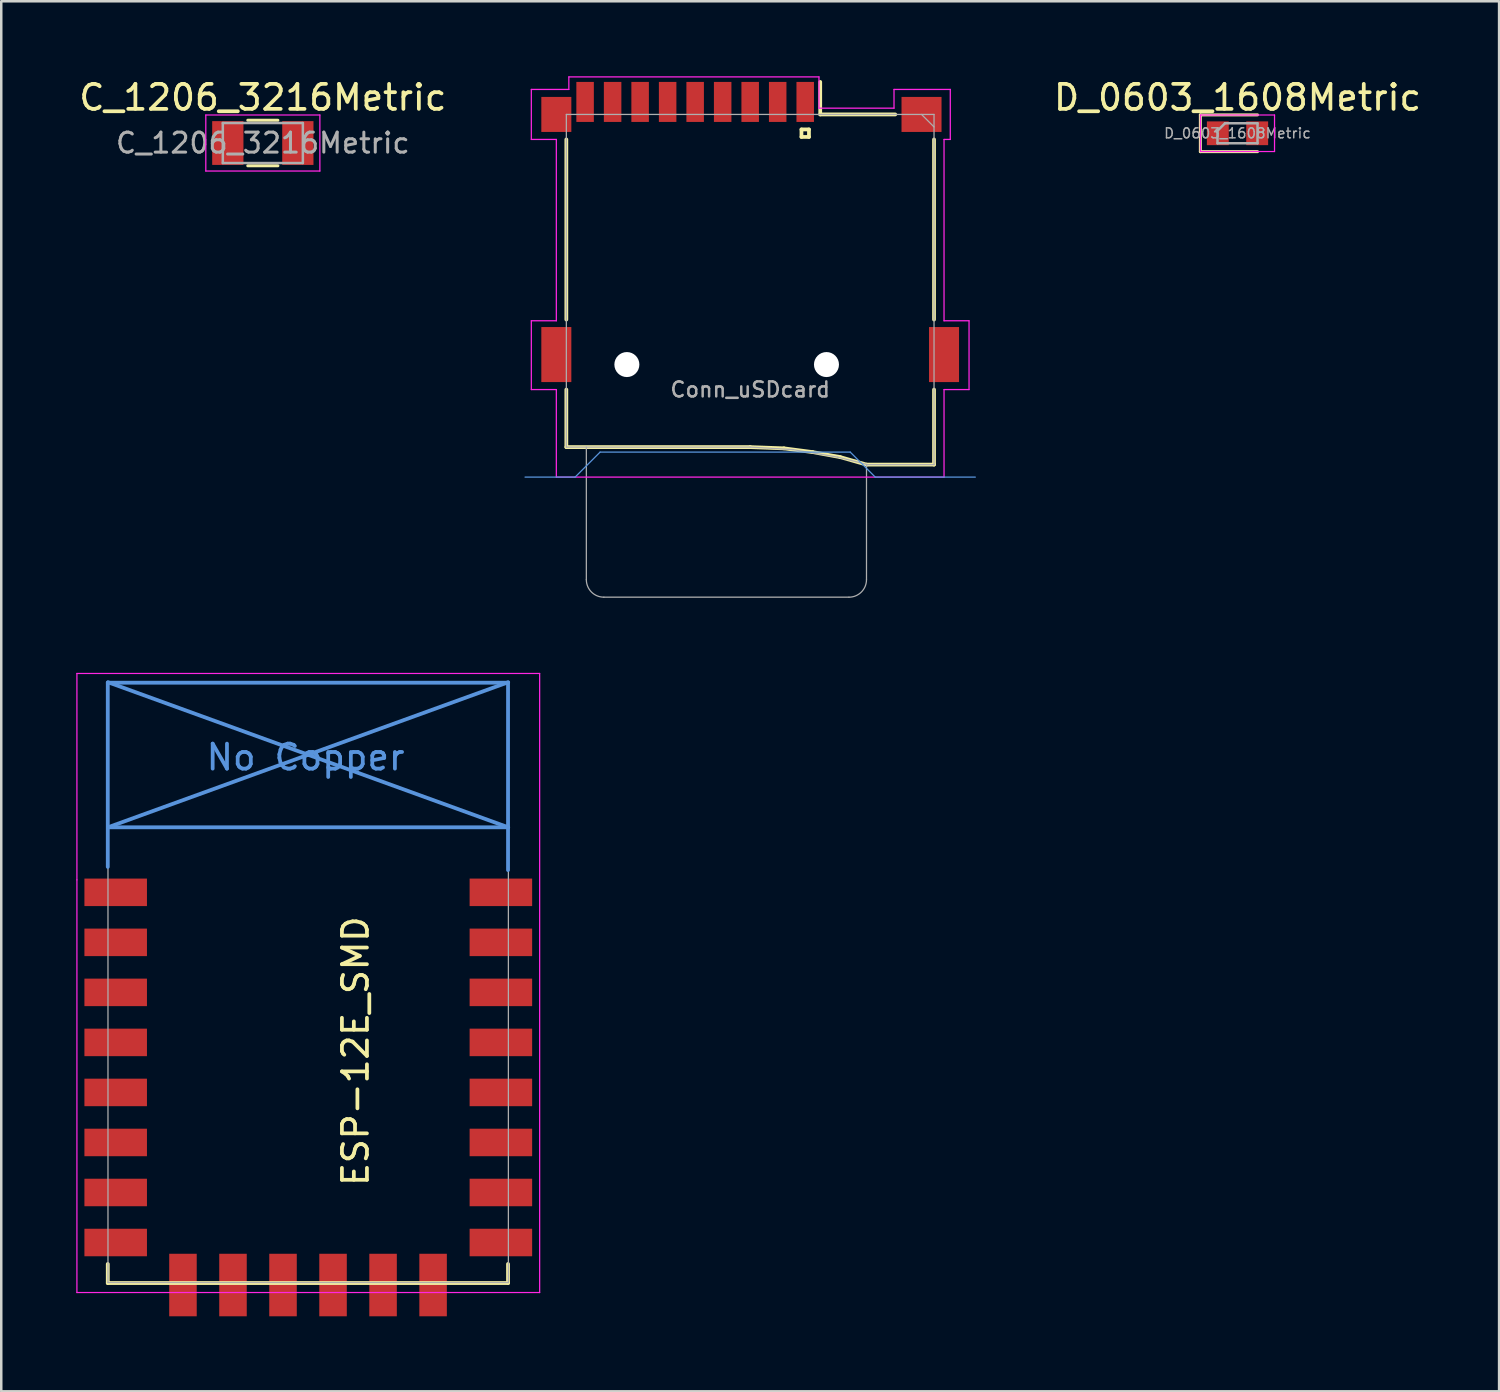
<source format=kicad_pcb>
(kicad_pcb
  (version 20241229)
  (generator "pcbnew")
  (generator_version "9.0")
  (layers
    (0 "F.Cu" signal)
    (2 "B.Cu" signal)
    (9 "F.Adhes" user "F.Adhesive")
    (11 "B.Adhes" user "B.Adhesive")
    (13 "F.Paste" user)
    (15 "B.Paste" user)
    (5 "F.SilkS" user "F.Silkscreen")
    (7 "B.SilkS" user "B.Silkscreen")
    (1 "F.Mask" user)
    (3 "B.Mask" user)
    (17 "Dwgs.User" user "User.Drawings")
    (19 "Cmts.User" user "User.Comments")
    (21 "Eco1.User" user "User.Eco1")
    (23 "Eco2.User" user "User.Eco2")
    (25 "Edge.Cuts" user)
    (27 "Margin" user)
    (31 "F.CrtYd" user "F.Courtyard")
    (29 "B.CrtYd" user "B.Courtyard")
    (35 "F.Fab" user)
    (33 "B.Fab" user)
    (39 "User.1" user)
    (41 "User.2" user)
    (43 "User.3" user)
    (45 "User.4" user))
  (footprint "ESP-12E_SMD"
    (layer "F.Cu")
    (at 2.275 32.625)
    (property "Reference" "ESP-12E_SMD" (at 8.89 6.35 90) (layer "F.SilkS") (effects (font (size 1 1) (thickness 0.15))))
    (attr through_hole)
    (fp_line (start -1.016 14.859) (end -1.016 15.621) (stroke (width 0.152) (type solid)) (layer "F.SilkS"))
    (fp_line (start -1.016 15.621) (end 14.986 15.621) (stroke (width 0.152) (type solid)) (layer "F.SilkS"))
    (fp_line (start 14.986 15.621) (end 14.986 14.859) (stroke (width 0.152) (type solid)) (layer "F.SilkS"))
    (fp_line (start -1.016 -8.382) (end -1.016 -1.016) (stroke (width 0.152) (type solid)) (layer "Cmts.User"))
    (fp_line (start -1.016 -8.382) (end 14.986 -8.382) (stroke (width 0.152) (type solid)) (layer "Cmts.User"))
    (fp_line (start -1.008 -8.4) (end 14.992 -2.6) (stroke (width 0.152) (type solid)) (layer "Cmts.User"))
    (fp_line (start -1.008 -2.6) (end 14.992 -2.6) (stroke (width 0.152) (type solid)) (layer "Cmts.User"))
    (fp_line (start 14.986 -8.382) (end 14.986 -0.889) (stroke (width 0.152) (type solid)) (layer "Cmts.User"))
    (fp_line (start 14.992 -8.4) (end -1.008 -2.6) (stroke (width 0.152) (type solid)) (layer "Cmts.User"))
    (fp_line (start -2.25 -8.75) (end 16.25 -8.75) (stroke (width 0.05) (type solid)) (layer "F.CrtYd"))
    (fp_line (start -2.25 -0.5) (end -2.25 -8.75) (stroke (width 0.05) (type solid)) (layer "F.CrtYd"))
    (fp_line (start -2.25 16) (end -2.25 -0.5) (stroke (width 0.05) (type solid)) (layer "F.CrtYd"))
    (fp_line (start 16.25 -8.75) (end 16.25 16) (stroke (width 0.05) (type solid)) (layer "F.CrtYd"))
    (fp_line (start 16.25 16) (end -2.25 16) (stroke (width 0.05) (type solid)) (layer "F.CrtYd"))
    (fp_line (start -1.008 -8.4) (end 14.992 -8.4) (stroke (width 0.05) (type solid)) (layer "F.Fab"))
    (fp_line (start -1.008 15.6) (end -1.008 -8.4) (stroke (width 0.05) (type solid)) (layer "F.Fab"))
    (fp_line (start 14.992 15.6) (end -1.008 15.6) (stroke (width 0.05) (type solid)) (layer "F.Fab"))
    (fp_line (start 15 -8.4) (end 15 15.6) (stroke (width 0.05) (type solid)) (layer "F.Fab"))
    (fp_text user "No Copper" (at 6.892 -5.4 0) (layer "Cmts.User") (effects (font (size 1 1) (thickness 0.15))))
    (pad "1" smd rect (at 0 0) (size 2.5 1.1) (drill (offset -0.7 0)) (layers "F.Cu" "F.Mask" "F.Paste"))
    (pad "2" smd rect (at 0 2) (size 2.5 1.1) (drill (offset -0.7 0)) (layers "F.Cu" "F.Mask" "F.Paste"))
    (pad "3" smd rect (at 0 4) (size 2.5 1.1) (drill (offset -0.7 0)) (layers "F.Cu" "F.Mask" "F.Paste"))
    (pad "4" smd rect (at 0 6) (size 2.5 1.1) (drill (offset -0.7 0)) (layers "F.Cu" "F.Mask" "F.Paste"))
    (pad "5" smd rect (at 0 8) (size 2.5 1.1) (drill (offset -0.7 0)) (layers "F.Cu" "F.Mask" "F.Paste"))
    (pad "6" smd rect (at 0 10) (size 2.5 1.1) (drill (offset -0.7 0)) (layers "F.Cu" "F.Mask" "F.Paste"))
    (pad "7" smd rect (at 0 12) (size 2.5 1.1) (drill (offset -0.7 0)) (layers "F.Cu" "F.Mask" "F.Paste"))
    (pad "8" smd rect (at 0 14) (size 2.5 1.1) (drill (offset -0.7 0)) (layers "F.Cu" "F.Mask" "F.Paste"))
    (pad "9" smd rect (at 14 14) (size 2.5 1.1) (drill (offset 0.7 0)) (layers "F.Cu" "F.Mask" "F.Paste"))
    (pad "10" smd rect (at 14 12) (size 2.5 1.1) (drill (offset 0.7 0)) (layers "F.Cu" "F.Mask" "F.Paste"))
    (pad "11" smd rect (at 14 10) (size 2.5 1.1) (drill (offset 0.7 0)) (layers "F.Cu" "F.Mask" "F.Paste"))
    (pad "12" smd rect (at 14 8) (size 2.5 1.1) (drill (offset 0.7 0)) (layers "F.Cu" "F.Mask" "F.Paste"))
    (pad "13" smd rect (at 14 6) (size 2.5 1.1) (drill (offset 0.7 0)) (layers "F.Cu" "F.Mask" "F.Paste"))
    (pad "14" smd rect (at 14 4) (size 2.5 1.1) (drill (offset 0.7 0)) (layers "F.Cu" "F.Mask" "F.Paste"))
    (pad "15" smd rect (at 14 2) (size 2.5 1.1) (drill (offset 0.7 0)) (layers "F.Cu" "F.Mask" "F.Paste"))
    (pad "16" smd rect (at 14 0) (size 2.5 1.1) (drill (offset 0.7 0)) (layers "F.Cu" "F.Mask" "F.Paste"))
    (pad "17" smd rect (at 1.99 15 90) (size 2.5 1.1) (drill (offset -0.7 0)) (layers "F.Cu" "F.Mask" "F.Paste"))
    (pad "18" smd rect (at 3.99 15 90) (size 2.5 1.1) (drill (offset -0.7 0)) (layers "F.Cu" "F.Mask" "F.Paste"))
    (pad "19" smd rect (at 5.99 15 90) (size 2.5 1.1) (drill (offset -0.7 0)) (layers "F.Cu" "F.Mask" "F.Paste"))
    (pad "20" smd rect (at 7.99 15 90) (size 2.5 1.1) (drill (offset -0.7 0)) (layers "F.Cu" "F.Mask" "F.Paste"))
    (pad "21" smd rect (at 9.99 15 90) (size 2.5 1.1) (drill (offset -0.7 0)) (layers "F.Cu" "F.Mask" "F.Paste"))
    (pad "22" smd rect (at 11.99 15 90) (size 2.5 1.1) (drill (offset -0.7 0)) (layers "F.Cu" "F.Mask" "F.Paste")))
  (footprint "C_1206_3216Metric"
    (layer "F.Cu")
    (at 7.458 2.668)
    (property "Reference" "C_1206_3216Metric" (at 0 -1.82 0) (layer "F.SilkS") (effects (font (size 1 1) (thickness 0.15))))
    (attr smd)
    (fp_line (start -0.602 -0.91) (end 0.602 -0.91) (stroke (width 0.12) (type solid)) (layer "F.SilkS"))
    (fp_line (start -0.602 0.91) (end 0.602 0.91) (stroke (width 0.12) (type solid)) (layer "F.SilkS"))
    (fp_line (start -2.28 -1.12) (end 2.28 -1.12) (stroke (width 0.05) (type solid)) (layer "F.CrtYd"))
    (fp_line (start -2.28 1.12) (end -2.28 -1.12) (stroke (width 0.05) (type solid)) (layer "F.CrtYd"))
    (fp_line (start 2.28 -1.12) (end 2.28 1.12) (stroke (width 0.05) (type solid)) (layer "F.CrtYd"))
    (fp_line (start 2.28 1.12) (end -2.28 1.12) (stroke (width 0.05) (type solid)) (layer "F.CrtYd"))
    (fp_line (start -1.6 -0.8) (end 1.6 -0.8) (stroke (width 0.1) (type solid)) (layer "F.Fab"))
    (fp_line (start -1.6 0.8) (end -1.6 -0.8) (stroke (width 0.1) (type solid)) (layer "F.Fab"))
    (fp_line (start 1.6 -0.8) (end 1.6 0.8) (stroke (width 0.1) (type solid)) (layer "F.Fab"))
    (fp_line (start 1.6 0.8) (end -1.6 0.8) (stroke (width 0.1) (type solid)) (layer "F.Fab"))
    (fp_text user "${REFERENCE}" (at 0 0 0) (layer "F.Fab") (effects (font (size 0.8 0.8) (thickness 0.12))))
    (pad "1" smd rect (at -1.4 0) (size 1.25 1.75) (layers "F.Cu" "F.Mask" "F.Paste"))
    (pad "2" smd rect (at 1.4 0) (size 1.25 1.75) (layers "F.Cu" "F.Mask" "F.Paste")))
  (footprint "Conn_uSDcard"
    (layer "F.Cu")
    (at 26.942 11.525)
    (property "Reference" "Conn_uSDcard" (at 0 1 180) (layer "F.Fab") (effects (font (size 0.6 0.6) (thickness 0.1))))
    (attr smd)
    (fp_line (start -7.35 -1.8) (end -7.35 -9) (stroke (width 0.15) (type solid)) (layer "F.SilkS"))
    (fp_line (start -7.35 1) (end -7.35 3.3) (stroke (width 0.15) (type solid)) (layer "F.SilkS"))
    (fp_line (start -7.35 3.3) (end 0 3.3) (stroke (width 0.15) (type solid)) (layer "F.SilkS"))
    (fp_line (start 0 3.3) (end 1.35 3.35) (stroke (width 0.15) (type solid)) (layer "F.SilkS"))
    (fp_line (start 1.35 3.35) (end 2.5 3.5) (stroke (width 0.15) (type solid)) (layer "F.SilkS"))
    (fp_line (start 2.05 -9.4) (end 2.05 -9.1) (stroke (width 0.15) (type solid)) (layer "F.SilkS"))
    (fp_line (start 2.05 -9.1) (end 2.35 -9.1) (stroke (width 0.15) (type solid)) (layer "F.SilkS"))
    (fp_line (start 2.35 -9.4) (end 2.05 -9.4) (stroke (width 0.15) (type solid)) (layer "F.SilkS"))
    (fp_line (start 2.35 -9.1) (end 2.35 -9.4) (stroke (width 0.15) (type solid)) (layer "F.SilkS"))
    (fp_line (start 2.5 3.5) (end 3.6 3.7) (stroke (width 0.15) (type solid)) (layer "F.SilkS"))
    (fp_line (start 2.8 -10) (end 2.8 -11.3) (stroke (width 0.15) (type solid)) (layer "F.SilkS"))
    (fp_line (start 2.8 -10) (end 5.8 -10) (stroke (width 0.15) (type solid)) (layer "F.SilkS"))
    (fp_line (start 3.6 3.7) (end 4.65 4) (stroke (width 0.15) (type solid)) (layer "F.SilkS"))
    (fp_line (start 4.65 4) (end 7.35 4) (stroke (width 0.15) (type solid)) (layer "F.SilkS"))
    (fp_line (start 7.35 -9) (end 7.35 -1.8) (stroke (width 0.15) (type solid)) (layer "F.SilkS"))
    (fp_line (start 7.35 4) (end 7.35 1) (stroke (width 0.15) (type solid)) (layer "F.SilkS"))
    (fp_line (start -9 4.5) (end -7 4.5) (stroke (width 0.05) (type solid)) (layer "Cmts.User"))
    (fp_line (start -7 4.5) (end -6 3.5) (stroke (width 0.05) (type solid)) (layer "Cmts.User"))
    (fp_line (start -6 3.5) (end 4 3.5) (stroke (width 0.05) (type solid)) (layer "Cmts.User"))
    (fp_line (start 4 3.5) (end 5 4.5) (stroke (width 0.05) (type solid)) (layer "Cmts.User"))
    (fp_line (start 5 4.5) (end 9 4.5) (stroke (width 0.05) (type solid)) (layer "Cmts.User"))
    (fp_line (start -8.75 -11) (end -7.25 -11) (stroke (width 0.05) (type solid)) (layer "F.CrtYd"))
    (fp_line (start -8.75 -9) (end -8.75 -11) (stroke (width 0.05) (type solid)) (layer "F.CrtYd"))
    (fp_line (start -8.75 -1.75) (end -7.75 -1.75) (stroke (width 0.05) (type solid)) (layer "F.CrtYd"))
    (fp_line (start -8.75 1) (end -8.75 -1.75) (stroke (width 0.05) (type solid)) (layer "F.CrtYd"))
    (fp_line (start -7.75 -9) (end -8.75 -9) (stroke (width 0.05) (type solid)) (layer "F.CrtYd"))
    (fp_line (start -7.75 -1.75) (end -7.75 -9) (stroke (width 0.05) (type solid)) (layer "F.CrtYd"))
    (fp_line (start -7.75 1) (end -8.75 1) (stroke (width 0.05) (type solid)) (layer "F.CrtYd"))
    (fp_line (start -7.75 4.5) (end -7.75 1) (stroke (width 0.05) (type solid)) (layer "F.CrtYd"))
    (fp_line (start -7.75 4.5) (end 7.75 4.5) (stroke (width 0.05) (type solid)) (layer "F.CrtYd"))
    (fp_line (start -7.25 -11.5) (end 2.75 -11.5) (stroke (width 0.05) (type solid)) (layer "F.CrtYd"))
    (fp_line (start -7.25 -11) (end -7.25 -11.5) (stroke (width 0.05) (type solid)) (layer "F.CrtYd"))
    (fp_line (start 2.75 -11.5) (end 2.75 -10.25) (stroke (width 0.05) (type solid)) (layer "F.CrtYd"))
    (fp_line (start 2.75 -10.25) (end 5.75 -10.25) (stroke (width 0.05) (type solid)) (layer "F.CrtYd"))
    (fp_line (start 5.75 -11) (end 8 -11) (stroke (width 0.05) (type solid)) (layer "F.CrtYd"))
    (fp_line (start 5.75 -10.25) (end 5.75 -11) (stroke (width 0.05) (type solid)) (layer "F.CrtYd"))
    (fp_line (start 7.75 -9) (end 7.75 -1.75) (stroke (width 0.05) (type solid)) (layer "F.CrtYd"))
    (fp_line (start 7.75 -1.75) (end 8.75 -1.75) (stroke (width 0.05) (type solid)) (layer "F.CrtYd"))
    (fp_line (start 7.75 1) (end 7.75 4.5) (stroke (width 0.05) (type solid)) (layer "F.CrtYd"))
    (fp_line (start 8 -11) (end 8 -9) (stroke (width 0.05) (type solid)) (layer "F.CrtYd"))
    (fp_line (start 8 -9) (end 7.75 -9) (stroke (width 0.05) (type solid)) (layer "F.CrtYd"))
    (fp_line (start 8.75 -1.75) (end 8.75 1) (stroke (width 0.05) (type solid)) (layer "F.CrtYd"))
    (fp_line (start 8.75 1) (end 7.75 1) (stroke (width 0.05) (type solid)) (layer "F.CrtYd"))
    (fp_line (start -7.35 -10) (end -7.35 3.3) (stroke (width 0.05) (type solid)) (layer "F.Fab"))
    (fp_line (start -7.35 -10) (end 7.35 -10) (stroke (width 0.05) (type solid)) (layer "F.Fab"))
    (fp_line (start -7.35 3.3) (end 0 3.3) (stroke (width 0.05) (type solid)) (layer "F.Fab"))
    (fp_line (start -6.55 8.6) (end -6.55 3.3) (stroke (width 0.05) (type solid)) (layer "F.Fab"))
    (fp_line (start -5.85 9.3) (end 3.95 9.3) (stroke (width 0.05) (type solid)) (layer "F.Fab"))
    (fp_line (start 0 3.3) (end 1.7 3.4) (stroke (width 0.05) (type solid)) (layer "F.Fab"))
    (fp_line (start 1.7 3.4) (end 3.5 3.7) (stroke (width 0.05) (type solid)) (layer "F.Fab"))
    (fp_line (start 3.5 3.7) (end 4.7 4) (stroke (width 0.05) (type solid)) (layer "F.Fab"))
    (fp_line (start 4.65 4) (end 7.35 4) (stroke (width 0.05) (type solid)) (layer "F.Fab"))
    (fp_line (start 4.65 8.6) (end 4.65 4) (stroke (width 0.05) (type solid)) (layer "F.Fab"))
    (fp_line (start 7.35 -10) (end 7.35 4) (stroke (width 0.05) (type solid)) (layer "F.Fab"))
    (fp_line (start 7.35 -9.5) (end 6.85 -10) (stroke (width 0.05) (type solid)) (layer "F.Fab"))
    (fp_arc (start -5.85 9.3) (mid -6.344975 9.094975) (end -6.55 8.6) (stroke (width 0.05) (type solid)) (layer "F.Fab"))
    (fp_arc (start 4.65 8.6) (mid 4.444975 9.094975) (end 3.95 9.3) (stroke (width 0.05) (type solid)) (layer "F.Fab"))
    (fp_text user "${REFERENCE}" (at 2.1 -9.35 180) (layer "Eco1.User") (effects (font (size 0.3 0.3) (thickness 0.03))))
    (pad "" np_thru_hole circle (at -4.93 0) (size 1 1) (drill 1) (layers "*.Cu"))
    (pad "" np_thru_hole circle (at 3.05 0) (size 1 1) (drill 1) (layers "*.Cu"))
    (pad "1" smd rect (at 2.2 -10.5) (size 0.7 1.6) (layers "F.Cu" "F.Mask" "F.Paste"))
    (pad "2" smd rect (at 1.1 -10.5) (size 0.7 1.6) (layers "F.Cu" "F.Mask" "F.Paste"))
    (pad "3" smd rect (at 0 -10.5) (size 0.7 1.6) (layers "F.Cu" "F.Mask" "F.Paste"))
    (pad "4" smd rect (at -1.1 -10.5) (size 0.7 1.6) (layers "F.Cu" "F.Mask" "F.Paste"))
    (pad "5" smd rect (at -2.2 -10.5) (size 0.7 1.6) (layers "F.Cu" "F.Mask" "F.Paste"))
    (pad "6" smd rect (at -7.75 -10) (size 1.2 1.4) (layers "F.Cu" "F.Mask" "F.Paste"))
    (pad "6" smd rect (at -7.75 -0.4) (size 1.2 2.2) (layers "F.Cu" "F.Mask" "F.Paste"))
    (pad "6" smd rect (at -3.3 -10.5) (size 0.7 1.6) (layers "F.Cu" "F.Mask" "F.Paste"))
    (pad "6" smd rect (at 6.85 -10) (size 1.6 1.4) (layers "F.Cu" "F.Mask" "F.Paste"))
    (pad "6" smd rect (at 7.75 -0.4) (size 1.2 2.2) (layers "F.Cu" "F.Mask" "F.Paste"))
    (pad "7" smd rect (at -4.4 -10.5) (size 0.7 1.6) (layers "F.Cu" "F.Mask" "F.Paste"))
    (pad "8" smd rect (at -5.5 -10.5) (size 0.7 1.6) (layers "F.Cu" "F.Mask" "F.Paste"))
    (pad "9" smd rect (at -6.6 -10.5) (size 0.7 1.6) (layers "F.Cu" "F.Mask" "F.Paste")))
  (footprint "D_0603_1608Metric"
    (layer "F.Cu")
    (at 46.425 2.278)
    (property "Reference" "D_0603_1608Metric" (at 0 -1.43 0) (layer "F.SilkS") (effects (font (size 1 1) (thickness 0.15))))
    (attr smd)
    (fp_line (start -1.485 -0.735) (end -1.485 0.735) (stroke (width 0.12) (type solid)) (layer "F.SilkS"))
    (fp_line (start -1.485 0.735) (end 0.8 0.735) (stroke (width 0.12) (type solid)) (layer "F.SilkS"))
    (fp_line (start 0.8 -0.735) (end -1.485 -0.735) (stroke (width 0.12) (type solid)) (layer "F.SilkS"))
    (fp_line (start -1.48 -0.73) (end 1.48 -0.73) (stroke (width 0.05) (type solid)) (layer "F.CrtYd"))
    (fp_line (start -1.48 0.73) (end -1.48 -0.73) (stroke (width 0.05) (type solid)) (layer "F.CrtYd"))
    (fp_line (start 1.48 -0.73) (end 1.48 0.73) (stroke (width 0.05) (type solid)) (layer "F.CrtYd"))
    (fp_line (start 1.48 0.73) (end -1.48 0.73) (stroke (width 0.05) (type solid)) (layer "F.CrtYd"))
    (fp_line (start -0.8 -0.1) (end -0.8 0.4) (stroke (width 0.1) (type solid)) (layer "F.Fab"))
    (fp_line (start -0.8 0.4) (end 0.8 0.4) (stroke (width 0.1) (type solid)) (layer "F.Fab"))
    (fp_line (start -0.5 -0.4) (end -0.8 -0.1) (stroke (width 0.1) (type solid)) (layer "F.Fab"))
    (fp_line (start 0.8 -0.4) (end -0.5 -0.4) (stroke (width 0.1) (type solid)) (layer "F.Fab"))
    (fp_line (start 0.8 0.4) (end 0.8 -0.4) (stroke (width 0.1) (type solid)) (layer "F.Fab"))
    (fp_text user "${REFERENCE}" (at 0 0 0) (layer "F.Fab") (effects (font (size 0.4 0.4) (thickness 0.06))))
    (pad "1" smd rect (at -0.787 0) (size 0.875 0.95) (layers "F.Cu" "F.Mask" "F.Paste"))
    (pad "2" smd rect (at 0.787 0) (size 0.875 0.95) (layers "F.Cu" "F.Mask" "F.Paste")))
  (gr_rect
    (start -3 -3)
    (end 56.883 52.575)
    (stroke (width 0.1) (type default))
    (fill no)
    (layer "Edge.Cuts")))
</source>
